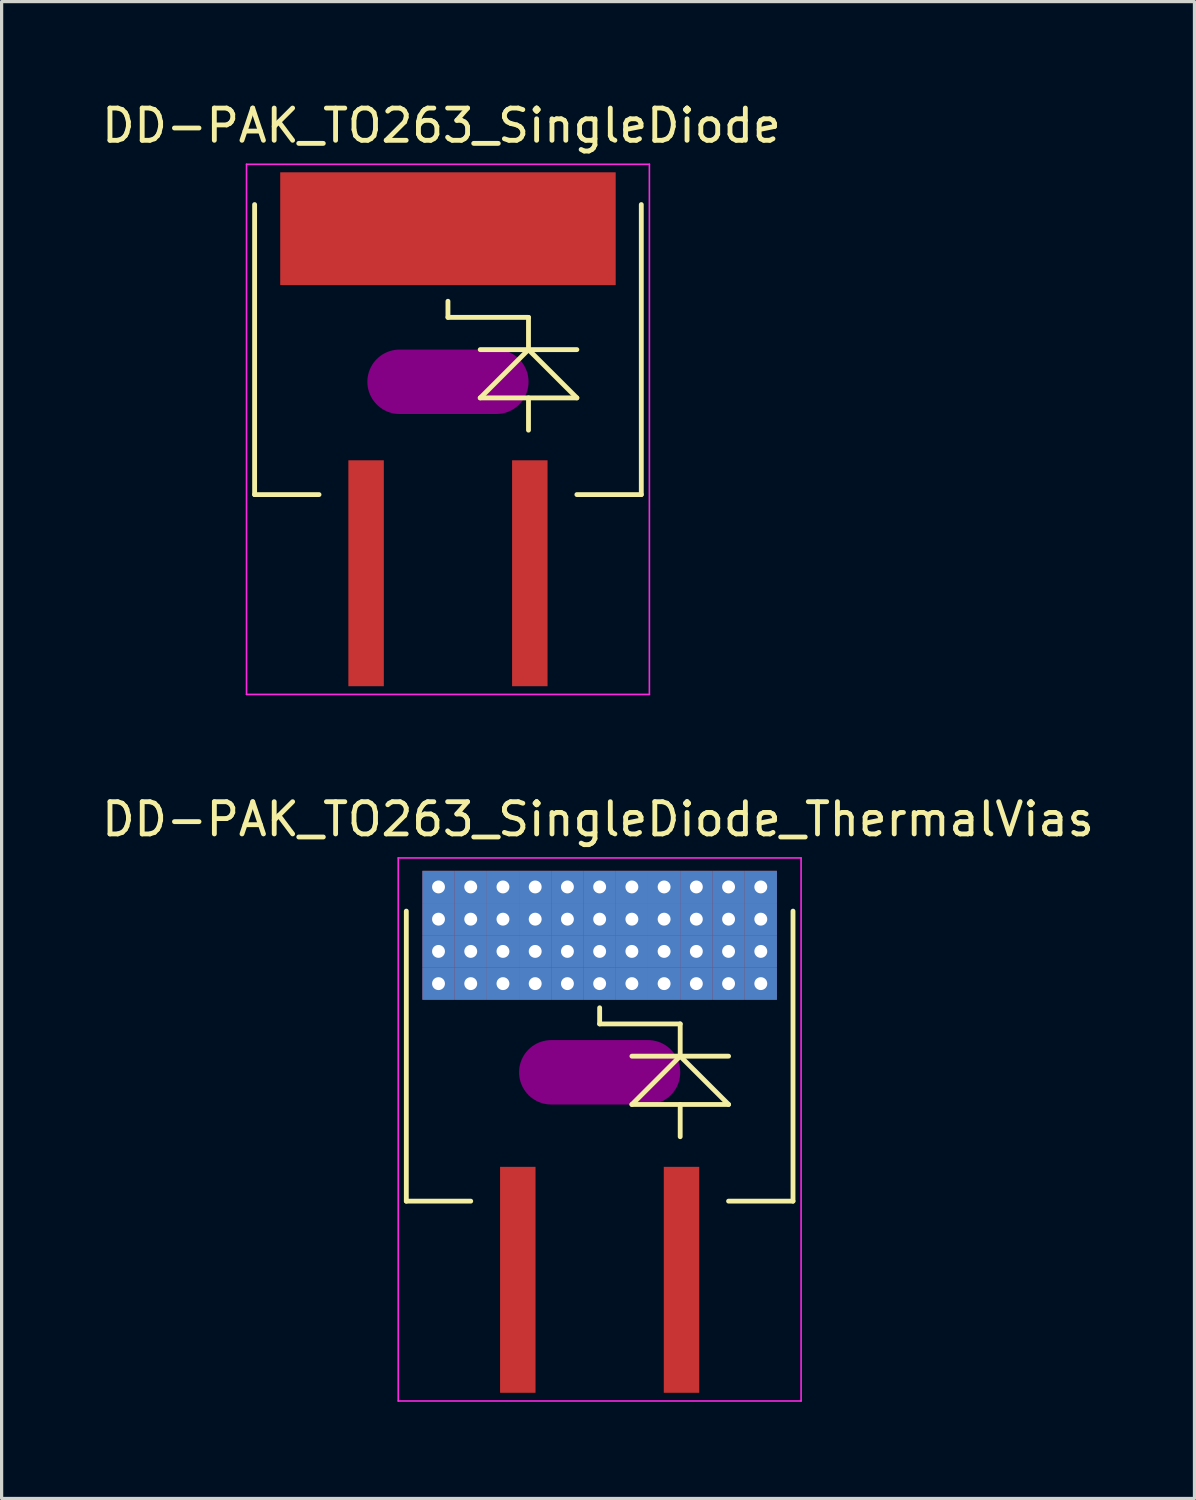
<source format=kicad_pcb>
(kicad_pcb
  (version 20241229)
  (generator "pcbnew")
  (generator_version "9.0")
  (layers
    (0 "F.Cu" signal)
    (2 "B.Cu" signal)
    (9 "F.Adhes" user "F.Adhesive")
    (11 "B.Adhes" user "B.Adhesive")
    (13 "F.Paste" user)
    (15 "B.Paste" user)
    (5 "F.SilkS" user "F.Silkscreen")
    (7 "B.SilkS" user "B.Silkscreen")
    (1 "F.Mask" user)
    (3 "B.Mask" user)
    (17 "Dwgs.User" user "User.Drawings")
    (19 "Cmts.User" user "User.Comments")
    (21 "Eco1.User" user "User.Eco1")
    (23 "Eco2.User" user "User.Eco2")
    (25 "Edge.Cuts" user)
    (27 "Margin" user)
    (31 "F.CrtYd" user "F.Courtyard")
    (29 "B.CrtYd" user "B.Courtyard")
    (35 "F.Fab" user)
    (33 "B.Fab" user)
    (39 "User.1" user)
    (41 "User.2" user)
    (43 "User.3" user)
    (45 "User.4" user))
  (footprint "DD-PAK_TO263_SingleDiode_ThermalVias"
    (layer "F.Cu")
    (at 15.556 32.22)
    (property "Reference" "DD-PAK_TO263_SingleDiode_ThermalVias" (at -0.05 -9.85 0) (layer "F.SilkS") (effects (font (size 1 1) (thickness 0.15))))
    (attr smd)
    (fp_line (start -5.5 -8.25) (end 5.5 -8.25) (stroke (width 0.45) (type solid)) (layer "F.Mask"))
    (fp_line (start -5.5 -4.25) (end -5.5 -8.25) (stroke (width 0.45) (type solid)) (layer "F.Mask"))
    (fp_line (start -5.25 -7.25) (end 5.25 -7.25) (stroke (width 0.45) (type solid)) (layer "F.Mask"))
    (fp_line (start -5.25 -6.25) (end 5.25 -6.25) (stroke (width 0.45) (type solid)) (layer "F.Mask"))
    (fp_line (start -5.25 -5.25) (end 5.25 -5.25) (stroke (width 0.45) (type solid)) (layer "F.Mask"))
    (fp_line (start -4.5 -8.05) (end -4.5 -4.5) (stroke (width 0.45) (type solid)) (layer "F.Mask"))
    (fp_line (start -3.5 -8.05) (end -3.5 -4.5) (stroke (width 0.45) (type solid)) (layer "F.Mask"))
    (fp_line (start -2.5 -8.05) (end -2.5 -4.5) (stroke (width 0.45) (type solid)) (layer "F.Mask"))
    (fp_line (start -1.5 -8.05) (end -1.5 -4.5) (stroke (width 0.45) (type solid)) (layer "F.Mask"))
    (fp_line (start -0.5 -8.05) (end -0.5 -4.5) (stroke (width 0.45) (type solid)) (layer "F.Mask"))
    (fp_line (start 0.5 -8.05) (end 0.5 -4.5) (stroke (width 0.45) (type solid)) (layer "F.Mask"))
    (fp_line (start 1.5 -8.05) (end 1.5 -4.5) (stroke (width 0.45) (type solid)) (layer "F.Mask"))
    (fp_line (start 2.5 -8.05) (end 2.5 -4.5) (stroke (width 0.45) (type solid)) (layer "F.Mask"))
    (fp_line (start 3.5 -8.05) (end 3.5 -4.5) (stroke (width 0.45) (type solid)) (layer "F.Mask"))
    (fp_line (start 4.5 -8.05) (end 4.5 -4.5) (stroke (width 0.45) (type solid)) (layer "F.Mask"))
    (fp_line (start 5.5 -8.25) (end 5.5 -4.25) (stroke (width 0.45) (type solid)) (layer "F.Mask"))
    (fp_line (start 5.5 -4.25) (end -5.5 -4.25) (stroke (width 0.45) (type solid)) (layer "F.Mask"))
    (fp_circle (center -5 -7.75) (end -4.9 -7.75) (stroke (width 0.215) (type solid)) (fill no) (layer "F.Mask"))
    (fp_circle (center -5 -6.75) (end -4.9 -6.75) (stroke (width 0.215) (type solid)) (fill no) (layer "F.Mask"))
    (fp_circle (center -5 -5.75) (end -4.9 -5.75) (stroke (width 0.215) (type solid)) (fill no) (layer "F.Mask"))
    (fp_circle (center -5 -4.75) (end -4.9 -4.75) (stroke (width 0.215) (type solid)) (fill no) (layer "F.Mask"))
    (fp_circle (center -4 -7.75) (end -3.9 -7.75) (stroke (width 0.215) (type solid)) (fill no) (layer "F.Mask"))
    (fp_circle (center -4 -6.75) (end -3.9 -6.75) (stroke (width 0.215) (type solid)) (fill no) (layer "F.Mask"))
    (fp_circle (center -4 -5.75) (end -3.9 -5.75) (stroke (width 0.215) (type solid)) (fill no) (layer "F.Mask"))
    (fp_circle (center -4 -4.75) (end -3.9 -4.75) (stroke (width 0.215) (type solid)) (fill no) (layer "F.Mask"))
    (fp_circle (center -3 -7.75) (end -2.9 -7.75) (stroke (width 0.215) (type solid)) (fill no) (layer "F.Mask"))
    (fp_circle (center -3 -6.75) (end -2.9 -6.75) (stroke (width 0.215) (type solid)) (fill no) (layer "F.Mask"))
    (fp_circle (center -3 -5.75) (end -2.9 -5.75) (stroke (width 0.215) (type solid)) (fill no) (layer "F.Mask"))
    (fp_circle (center -3 -4.75) (end -2.9 -4.75) (stroke (width 0.215) (type solid)) (fill no) (layer "F.Mask"))
    (fp_circle (center -2 -7.75) (end -1.9 -7.75) (stroke (width 0.215) (type solid)) (fill no) (layer "F.Mask"))
    (fp_circle (center -2 -6.75) (end -1.9 -6.75) (stroke (width 0.215) (type solid)) (fill no) (layer "F.Mask"))
    (fp_circle (center -2 -5.75) (end -1.9 -5.75) (stroke (width 0.215) (type solid)) (fill no) (layer "F.Mask"))
    (fp_circle (center -2 -4.75) (end -1.9 -4.75) (stroke (width 0.215) (type solid)) (fill no) (layer "F.Mask"))
    (fp_circle (center -1 -7.75) (end -0.9 -7.75) (stroke (width 0.215) (type solid)) (fill no) (layer "F.Mask"))
    (fp_circle (center -1 -6.75) (end -0.9 -6.75) (stroke (width 0.215) (type solid)) (fill no) (layer "F.Mask"))
    (fp_circle (center -1 -5.75) (end -0.9 -5.75) (stroke (width 0.215) (type solid)) (fill no) (layer "F.Mask"))
    (fp_circle (center -1 -4.75) (end -0.9 -4.75) (stroke (width 0.215) (type solid)) (fill no) (layer "F.Mask"))
    (fp_circle (center 0 -7.75) (end 0.1 -7.75) (stroke (width 0.215) (type solid)) (fill no) (layer "F.Mask"))
    (fp_circle (center 0 -6.75) (end 0.1 -6.75) (stroke (width 0.215) (type solid)) (fill no) (layer "F.Mask"))
    (fp_circle (center 0 -5.75) (end 0.1 -5.75) (stroke (width 0.215) (type solid)) (fill no) (layer "F.Mask"))
    (fp_circle (center 0 -4.75) (end 0.1 -4.75) (stroke (width 0.215) (type solid)) (fill no) (layer "F.Mask"))
    (fp_circle (center 1 -7.75) (end 1.1 -7.75) (stroke (width 0.215) (type solid)) (fill no) (layer "F.Mask"))
    (fp_circle (center 1 -6.75) (end 1.1 -6.75) (stroke (width 0.215) (type solid)) (fill no) (layer "F.Mask"))
    (fp_circle (center 1 -5.75) (end 1.1 -5.75) (stroke (width 0.215) (type solid)) (fill no) (layer "F.Mask"))
    (fp_circle (center 1 -4.75) (end 1.1 -4.75) (stroke (width 0.215) (type solid)) (fill no) (layer "F.Mask"))
    (fp_circle (center 2 -7.75) (end 2.1 -7.75) (stroke (width 0.215) (type solid)) (fill no) (layer "F.Mask"))
    (fp_circle (center 2 -6.75) (end 2.1 -6.75) (stroke (width 0.215) (type solid)) (fill no) (layer "F.Mask"))
    (fp_circle (center 2 -5.75) (end 2.1 -5.75) (stroke (width 0.215) (type solid)) (fill no) (layer "F.Mask"))
    (fp_circle (center 2 -4.75) (end 2.1 -4.75) (stroke (width 0.215) (type solid)) (fill no) (layer "F.Mask"))
    (fp_circle (center 3 -7.75) (end 3.1 -7.75) (stroke (width 0.215) (type solid)) (fill no) (layer "F.Mask"))
    (fp_circle (center 3 -6.75) (end 3.1 -6.75) (stroke (width 0.215) (type solid)) (fill no) (layer "F.Mask"))
    (fp_circle (center 3 -5.75) (end 3.1 -5.75) (stroke (width 0.215) (type solid)) (fill no) (layer "F.Mask"))
    (fp_circle (center 3 -4.75) (end 3.1 -4.75) (stroke (width 0.215) (type solid)) (fill no) (layer "F.Mask"))
    (fp_circle (center 4 -7.75) (end 4.1 -7.75) (stroke (width 0.215) (type solid)) (fill no) (layer "F.Mask"))
    (fp_circle (center 4 -6.75) (end 4.1 -6.75) (stroke (width 0.215) (type solid)) (fill no) (layer "F.Mask"))
    (fp_circle (center 4 -5.75) (end 4.1 -5.75) (stroke (width 0.215) (type solid)) (fill no) (layer "F.Mask"))
    (fp_circle (center 4 -4.75) (end 4.1 -4.75) (stroke (width 0.215) (type solid)) (fill no) (layer "F.Mask"))
    (fp_circle (center 5 -7.75) (end 5.1 -7.75) (stroke (width 0.215) (type solid)) (fill no) (layer "F.Mask"))
    (fp_circle (center 5 -6.75) (end 5.1 -6.75) (stroke (width 0.215) (type solid)) (fill no) (layer "F.Mask"))
    (fp_circle (center 5 -5.75) (end 5.1 -5.75) (stroke (width 0.215) (type solid)) (fill no) (layer "F.Mask"))
    (fp_circle (center 5 -4.75) (end 5.1 -4.75) (stroke (width 0.215) (type solid)) (fill no) (layer "F.Mask"))
    (fp_line (start -5.999 -7) (end -5.999 1.999) (stroke (width 0.15) (type solid)) (layer "F.SilkS"))
    (fp_line (start -5.999 1.999) (end -4 1.999) (stroke (width 0.15) (type solid)) (layer "F.SilkS"))
    (fp_line (start 0 -3.5) (end 0 -4) (stroke (width 0.15) (type solid)) (layer "F.SilkS"))
    (fp_line (start 1.001 -2.499) (end 4 -2.499) (stroke (width 0.15) (type solid)) (layer "F.SilkS"))
    (fp_line (start 1.001 -1.001) (end 4 -1.001) (stroke (width 0.15) (type solid)) (layer "F.SilkS"))
    (fp_line (start 2.499 -3.5) (end 0 -3.5) (stroke (width 0.15) (type solid)) (layer "F.SilkS"))
    (fp_line (start 2.499 -2.499) (end 1.001 -1.001) (stroke (width 0.15) (type solid)) (layer "F.SilkS"))
    (fp_line (start 2.499 -2.499) (end 2.499 -3.5) (stroke (width 0.15) (type solid)) (layer "F.SilkS"))
    (fp_line (start 2.499 -1.001) (end 2.499 0) (stroke (width 0.15) (type solid)) (layer "F.SilkS"))
    (fp_line (start 4 -1.001) (end 2.499 -2.499) (stroke (width 0.15) (type solid)) (layer "F.SilkS"))
    (fp_line (start 4 1.999) (end 5.999 1.999) (stroke (width 0.15) (type solid)) (layer "F.SilkS"))
    (fp_line (start 5.999 1.999) (end 5.999 -7) (stroke (width 0.15) (type solid)) (layer "F.SilkS"))
    (fp_line (start -5.25 -7.25) (end 5.25 -7.25) (stroke (width 0.45) (type solid)) (layer "F.Paste"))
    (fp_line (start -5.25 -6.25) (end 5.25 -6.25) (stroke (width 0.45) (type solid)) (layer "F.Paste"))
    (fp_line (start -5.25 -5.25) (end 5.25 -5.25) (stroke (width 0.45) (type solid)) (layer "F.Paste"))
    (fp_line (start -4.5 -8.05) (end -4.5 -4.5) (stroke (width 0.45) (type solid)) (layer "F.Paste"))
    (fp_line (start -3.5 -8.05) (end -3.5 -4.5) (stroke (width 0.45) (type solid)) (layer "F.Paste"))
    (fp_line (start -2.5 -8.05) (end -2.5 -4.5) (stroke (width 0.45) (type solid)) (layer "F.Paste"))
    (fp_line (start -1.5 -8.05) (end -1.5 -4.5) (stroke (width 0.45) (type solid)) (layer "F.Paste"))
    (fp_line (start -0.5 -8.05) (end -0.5 -4.5) (stroke (width 0.45) (type solid)) (layer "F.Paste"))
    (fp_line (start 0.5 -8.05) (end 0.5 -4.5) (stroke (width 0.45) (type solid)) (layer "F.Paste"))
    (fp_line (start 1.5 -8.05) (end 1.5 -4.5) (stroke (width 0.45) (type solid)) (layer "F.Paste"))
    (fp_line (start 2.5 -8.05) (end 2.5 -4.5) (stroke (width 0.45) (type solid)) (layer "F.Paste"))
    (fp_line (start 3.5 -8.05) (end 3.5 -4.5) (stroke (width 0.45) (type solid)) (layer "F.Paste"))
    (fp_line (start 4.5 -8.05) (end 4.5 -4.5) (stroke (width 0.45) (type solid)) (layer "F.Paste"))
    (fp_line (start -6.25 -8.65) (end 6.25 -8.65) (stroke (width 0.05) (type solid)) (layer "F.CrtYd"))
    (fp_line (start -6.25 8.2) (end -6.25 -8.65) (stroke (width 0.05) (type solid)) (layer "F.CrtYd"))
    (fp_line (start 6.25 -8.65) (end 6.25 8.2) (stroke (width 0.05) (type solid)) (layer "F.CrtYd"))
    (fp_line (start 6.25 8.2) (end -6.25 8.2) (stroke (width 0.05) (type solid)) (layer "F.CrtYd"))
    (pad "" smd oval (at 0 -1.999) (size 5.001 1.999) (layers "F.Adhes"))
    (pad "1" smd rect (at -2.54 4.44) (size 1.1 7.01) (layers "F.Cu" "F.Mask" "F.Paste"))
    (pad "2" thru_hole rect (at -5 -7.75) (size 1 1) (drill 0.4) (layers "*.Cu" "B.Mask"))
    (pad "2" thru_hole rect (at -5 -6.75) (size 1 1) (drill 0.4) (layers "*.Cu" "B.Mask"))
    (pad "2" thru_hole rect (at -5 -5.75) (size 1 1) (drill 0.4) (layers "*.Cu" "B.Mask"))
    (pad "2" thru_hole rect (at -5 -4.75) (size 1 1) (drill 0.4) (layers "*.Cu" "B.Mask"))
    (pad "2" thru_hole rect (at -4 -7.75) (size 1 1) (drill 0.4) (layers "*.Cu" "B.Mask"))
    (pad "2" thru_hole rect (at -4 -6.75) (size 1 1) (drill 0.4) (layers "*.Cu" "B.Mask"))
    (pad "2" thru_hole rect (at -4 -5.75) (size 1 1) (drill 0.4) (layers "*.Cu" "B.Mask"))
    (pad "2" thru_hole rect (at -4 -4.75) (size 1 1) (drill 0.4) (layers "*.Cu" "B.Mask"))
    (pad "2" thru_hole rect (at -3 -7.75) (size 1 1) (drill 0.4) (layers "*.Cu" "B.Mask"))
    (pad "2" thru_hole rect (at -3 -6.75) (size 1 1) (drill 0.4) (layers "*.Cu" "B.Mask"))
    (pad "2" thru_hole rect (at -3 -5.75) (size 1 1) (drill 0.4) (layers "*.Cu" "B.Mask"))
    (pad "2" thru_hole rect (at -3 -4.75) (size 1 1) (drill 0.4) (layers "*.Cu" "B.Mask"))
    (pad "2" thru_hole rect (at -2 -7.75) (size 1 1) (drill 0.4) (layers "*.Cu" "B.Mask"))
    (pad "2" thru_hole rect (at -2 -6.75) (size 1 1) (drill 0.4) (layers "*.Cu" "B.Mask"))
    (pad "2" thru_hole rect (at -2 -5.75) (size 1 1) (drill 0.4) (layers "*.Cu" "B.Mask"))
    (pad "2" thru_hole rect (at -2 -4.75) (size 1 1) (drill 0.4) (layers "*.Cu" "B.Mask"))
    (pad "2" thru_hole rect (at -1 -7.75) (size 1 1) (drill 0.4) (layers "*.Cu" "B.Mask"))
    (pad "2" thru_hole rect (at -1 -6.75) (size 1 1) (drill 0.4) (layers "*.Cu" "B.Mask"))
    (pad "2" thru_hole rect (at -1 -5.75) (size 1 1) (drill 0.4) (layers "*.Cu" "B.Mask"))
    (pad "2" thru_hole rect (at -1 -4.75) (size 1 1) (drill 0.4) (layers "*.Cu" "B.Mask"))
    (pad "2" thru_hole rect (at 0 -7.75) (size 1 1) (drill 0.4) (layers "*.Cu" "B.Mask"))
    (pad "2" thru_hole rect (at 0 -6.75) (size 1 1) (drill 0.4) (layers "*.Cu" "B.Mask"))
    (pad "2" thru_hole rect (at 0 -5.75) (size 1 1) (drill 0.4) (layers "*.Cu" "B.Mask"))
    (pad "2" thru_hole rect (at 0 -4.75) (size 1 1) (drill 0.4) (layers "*.Cu" "B.Mask"))
    (pad "2" thru_hole rect (at 1 -7.75) (size 1 1) (drill 0.4) (layers "*.Cu" "B.Mask"))
    (pad "2" thru_hole rect (at 1 -6.75) (size 1 1) (drill 0.4) (layers "*.Cu" "B.Mask"))
    (pad "2" thru_hole rect (at 1 -5.75) (size 1 1) (drill 0.4) (layers "*.Cu" "B.Mask"))
    (pad "2" thru_hole rect (at 1 -4.75) (size 1 1) (drill 0.4) (layers "*.Cu" "B.Mask"))
    (pad "2" thru_hole rect (at 2 -7.75) (size 1 1) (drill 0.4) (layers "*.Cu" "B.Mask"))
    (pad "2" thru_hole rect (at 2 -6.75) (size 1 1) (drill 0.4) (layers "*.Cu" "B.Mask"))
    (pad "2" thru_hole rect (at 2 -5.75) (size 1 1) (drill 0.4) (layers "*.Cu" "B.Mask"))
    (pad "2" thru_hole rect (at 2 -4.75) (size 1 1) (drill 0.4) (layers "*.Cu" "B.Mask"))
    (pad "2" thru_hole rect (at 3 -7.75) (size 1 1) (drill 0.4) (layers "*.Cu" "B.Mask"))
    (pad "2" thru_hole rect (at 3 -6.75) (size 1 1) (drill 0.4) (layers "*.Cu" "B.Mask"))
    (pad "2" thru_hole rect (at 3 -5.75) (size 1 1) (drill 0.4) (layers "*.Cu" "B.Mask"))
    (pad "2" thru_hole rect (at 3 -4.75) (size 1 1) (drill 0.4) (layers "*.Cu" "B.Mask"))
    (pad "2" thru_hole rect (at 4 -7.75) (size 1 1) (drill 0.4) (layers "*.Cu" "B.Mask"))
    (pad "2" thru_hole rect (at 4 -6.75) (size 1 1) (drill 0.4) (layers "*.Cu" "B.Mask"))
    (pad "2" thru_hole rect (at 4 -5.75) (size 1 1) (drill 0.4) (layers "*.Cu" "B.Mask"))
    (pad "2" thru_hole rect (at 4 -4.75) (size 1 1) (drill 0.4) (layers "*.Cu" "B.Mask"))
    (pad "2" thru_hole rect (at 5 -7.75) (size 1 1) (drill 0.4) (layers "*.Cu" "B.Mask"))
    (pad "2" thru_hole rect (at 5 -6.75) (size 1 1) (drill 0.4) (layers "*.Cu" "B.Mask"))
    (pad "2" thru_hole rect (at 5 -5.75) (size 1 1) (drill 0.4) (layers "*.Cu" "B.Mask"))
    (pad "2" thru_hole rect (at 5 -4.75) (size 1 1) (drill 0.4) (layers "*.Cu" "B.Mask"))
    (pad "3" smd rect (at 2.54 4.44) (size 1.1 7.01) (layers "F.Cu" "F.Mask" "F.Paste")))
  (footprint "DD-PAK_TO263_SingleDiode"
    (layer "F.Cu")
    (at 10.849 10.297)
    (property "Reference" "DD-PAK_TO263_SingleDiode" (at -0.201 -9.449 0) (layer "F.SilkS") (effects (font (size 1 1) (thickness 0.15))))
    (attr smd)
    (fp_line (start -5.999 -7) (end -5.999 1.999) (stroke (width 0.15) (type solid)) (layer "F.SilkS"))
    (fp_line (start -5.999 1.999) (end -4 1.999) (stroke (width 0.15) (type solid)) (layer "F.SilkS"))
    (fp_line (start 0 -3.5) (end 0 -4) (stroke (width 0.15) (type solid)) (layer "F.SilkS"))
    (fp_line (start 1.001 -2.499) (end 4 -2.499) (stroke (width 0.15) (type solid)) (layer "F.SilkS"))
    (fp_line (start 1.001 -1.001) (end 4 -1.001) (stroke (width 0.15) (type solid)) (layer "F.SilkS"))
    (fp_line (start 2.499 -3.5) (end 0 -3.5) (stroke (width 0.15) (type solid)) (layer "F.SilkS"))
    (fp_line (start 2.499 -2.499) (end 1.001 -1.001) (stroke (width 0.15) (type solid)) (layer "F.SilkS"))
    (fp_line (start 2.499 -2.499) (end 2.499 -3.5) (stroke (width 0.15) (type solid)) (layer "F.SilkS"))
    (fp_line (start 2.499 -1.001) (end 2.499 0) (stroke (width 0.15) (type solid)) (layer "F.SilkS"))
    (fp_line (start 4 -1.001) (end 2.499 -2.499) (stroke (width 0.15) (type solid)) (layer "F.SilkS"))
    (fp_line (start 4 1.999) (end 5.999 1.999) (stroke (width 0.15) (type solid)) (layer "F.SilkS"))
    (fp_line (start 5.999 1.999) (end 5.999 -7) (stroke (width 0.15) (type solid)) (layer "F.SilkS"))
    (fp_line (start -6.25 -8.25) (end 6.25 -8.25) (stroke (width 0.05) (type solid)) (layer "F.CrtYd"))
    (fp_line (start -6.25 8.2) (end -6.25 -8.25) (stroke (width 0.05) (type solid)) (layer "F.CrtYd"))
    (fp_line (start 6.25 -8.25) (end 6.25 8.2) (stroke (width 0.05) (type solid)) (layer "F.CrtYd"))
    (fp_line (start 6.25 8.2) (end -6.25 8.2) (stroke (width 0.05) (type solid)) (layer "F.CrtYd"))
    (pad "" smd oval (at 0 -1.501) (size 5.001 1.999) (layers "F.Adhes"))
    (pad "1" smd rect (at -2.54 4.44) (size 1.1 7.01) (layers "F.Cu" "F.Mask" "F.Paste"))
    (pad "2" smd rect (at 0 -6.251) (size 10.409 3.5) (layers "F.Cu" "F.Mask" "F.Paste"))
    (pad "3" smd rect (at 2.54 4.44) (size 1.1 7.01) (layers "F.Cu" "F.Mask" "F.Paste")))
  (gr_rect
    (start -3 -3)
    (end 34.012 43.445)
    (stroke (width 0.1) (type default))
    (fill no)
    (layer "Edge.Cuts")))
</source>
